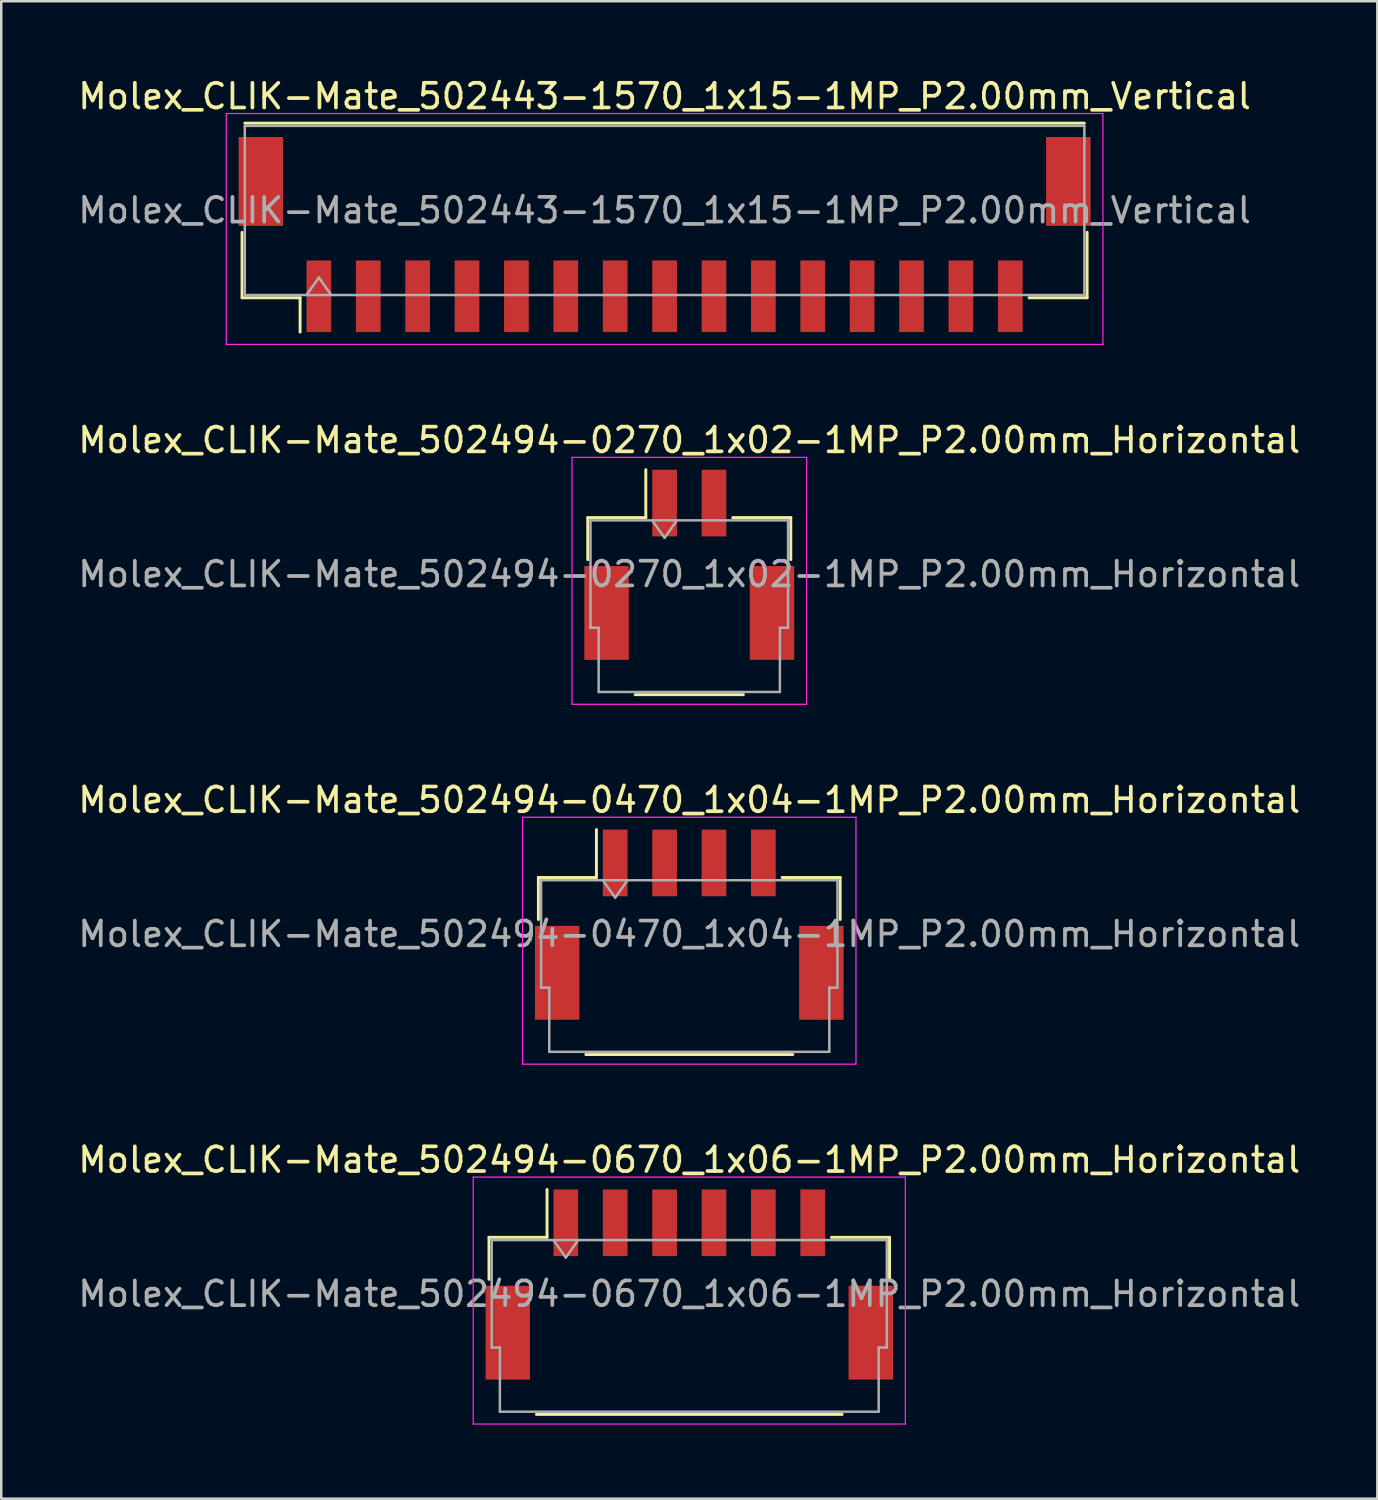
<source format=kicad_pcb>
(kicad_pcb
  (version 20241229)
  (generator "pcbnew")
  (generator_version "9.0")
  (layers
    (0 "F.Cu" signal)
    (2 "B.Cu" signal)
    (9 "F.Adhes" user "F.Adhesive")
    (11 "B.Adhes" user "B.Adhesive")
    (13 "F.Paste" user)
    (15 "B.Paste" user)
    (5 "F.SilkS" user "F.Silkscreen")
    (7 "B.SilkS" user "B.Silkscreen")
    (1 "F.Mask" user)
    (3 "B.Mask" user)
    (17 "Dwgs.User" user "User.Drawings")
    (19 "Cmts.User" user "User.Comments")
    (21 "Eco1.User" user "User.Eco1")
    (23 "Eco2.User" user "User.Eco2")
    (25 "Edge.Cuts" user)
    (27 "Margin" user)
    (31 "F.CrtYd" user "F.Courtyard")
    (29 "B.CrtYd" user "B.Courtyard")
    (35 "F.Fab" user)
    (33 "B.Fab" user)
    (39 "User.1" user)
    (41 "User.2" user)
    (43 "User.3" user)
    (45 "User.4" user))
  (footprint "Molex_CLIK-Mate_502443-1570_1x15-1MP_P2.00mm_Vertical"
    (layer "F.Cu")
    (at 23.863 6.448)
    (property "Reference" "Molex_CLIK-Mate_502443-1570_1x15-1MP_P2.00mm_Vertical" (at 0 -5.6 0) (layer "F.SilkS") (effects (font (size 1 1) (thickness 0.15))))
    (attr smd)
    (fp_line (start -17.11 -0.09) (end -17.11 2.56) (stroke (width 0.12) (type solid)) (layer "F.SilkS"))
    (fp_line (start -17.11 2.56) (end -14.76 2.56) (stroke (width 0.12) (type solid)) (layer "F.SilkS"))
    (fp_line (start -17 -4.51) (end 17 -4.51) (stroke (width 0.12) (type solid)) (layer "F.SilkS"))
    (fp_line (start -14.76 2.56) (end -14.76 3.95) (stroke (width 0.12) (type solid)) (layer "F.SilkS"))
    (fp_line (start 17.11 -0.09) (end 17.11 2.56) (stroke (width 0.12) (type solid)) (layer "F.SilkS"))
    (fp_line (start 17.11 2.56) (end 14.76 2.56) (stroke (width 0.12) (type solid)) (layer "F.SilkS"))
    (fp_line (start -17.75 -4.9) (end -17.75 4.45) (stroke (width 0.05) (type solid)) (layer "F.CrtYd"))
    (fp_line (start -17.75 4.45) (end 17.75 4.45) (stroke (width 0.05) (type solid)) (layer "F.CrtYd"))
    (fp_line (start 17.75 -4.9) (end -17.75 -4.9) (stroke (width 0.05) (type solid)) (layer "F.CrtYd"))
    (fp_line (start 17.75 4.45) (end 17.75 -4.9) (stroke (width 0.05) (type solid)) (layer "F.CrtYd"))
    (fp_line (start -17 -4.4) (end 17 -4.4) (stroke (width 0.1) (type solid)) (layer "F.Fab"))
    (fp_line (start -17 2.45) (end -17 -4.4) (stroke (width 0.1) (type solid)) (layer "F.Fab"))
    (fp_line (start -17 2.45) (end 17 2.45) (stroke (width 0.1) (type solid)) (layer "F.Fab"))
    (fp_line (start -14.5 2.45) (end -14 1.743) (stroke (width 0.1) (type solid)) (layer "F.Fab"))
    (fp_line (start -14 1.743) (end -13.5 2.45) (stroke (width 0.1) (type solid)) (layer "F.Fab"))
    (fp_line (start 17 2.45) (end 17 -4.4) (stroke (width 0.1) (type solid)) (layer "F.Fab"))
    (fp_text user "${REFERENCE}" (at 0 -0.98 0) (layer "F.Fab") (effects (font (size 1 1) (thickness 0.15))))
    (pad "1" smd rect (at -14 2.5) (size 1 2.9) (layers "F.Cu" "F.Mask" "F.Paste"))
    (pad "2" smd rect (at -12 2.5) (size 1 2.9) (layers "F.Cu" "F.Mask" "F.Paste"))
    (pad "3" smd rect (at -10 2.5) (size 1 2.9) (layers "F.Cu" "F.Mask" "F.Paste"))
    (pad "4" smd rect (at -8 2.5) (size 1 2.9) (layers "F.Cu" "F.Mask" "F.Paste"))
    (pad "5" smd rect (at -6 2.5) (size 1 2.9) (layers "F.Cu" "F.Mask" "F.Paste"))
    (pad "6" smd rect (at -4 2.5) (size 1 2.9) (layers "F.Cu" "F.Mask" "F.Paste"))
    (pad "7" smd rect (at -2 2.5) (size 1 2.9) (layers "F.Cu" "F.Mask" "F.Paste"))
    (pad "8" smd rect (at 0 2.5) (size 1 2.9) (layers "F.Cu" "F.Mask" "F.Paste"))
    (pad "9" smd rect (at 2 2.5) (size 1 2.9) (layers "F.Cu" "F.Mask" "F.Paste"))
    (pad "10" smd rect (at 4 2.5) (size 1 2.9) (layers "F.Cu" "F.Mask" "F.Paste"))
    (pad "11" smd rect (at 6 2.5) (size 1 2.9) (layers "F.Cu" "F.Mask" "F.Paste"))
    (pad "12" smd rect (at 8 2.5) (size 1 2.9) (layers "F.Cu" "F.Mask" "F.Paste"))
    (pad "13" smd rect (at 10 2.5) (size 1 2.9) (layers "F.Cu" "F.Mask" "F.Paste"))
    (pad "14" smd rect (at 12 2.5) (size 1 2.9) (layers "F.Cu" "F.Mask" "F.Paste"))
    (pad "15" smd rect (at 14 2.5) (size 1 2.9) (layers "F.Cu" "F.Mask" "F.Paste"))
    (pad "MP" smd rect (at -16.35 -2.15) (size 1.8 3.6) (layers "F.Cu" "F.Mask" "F.Paste"))
    (pad "MP" smd rect (at 16.35 -2.15) (size 1.8 3.6) (layers "F.Cu" "F.Mask" "F.Paste")))
  (footprint "Molex_CLIK-Mate_502494-0470_1x04-1MP_P2.00mm_Horizontal"
    (layer "F.Cu")
    (at 24.863 34.395)
    (property "Reference" "Molex_CLIK-Mate_502494-0470_1x04-1MP_P2.00mm_Horizontal" (at 0 -5.05 0) (layer "F.SilkS") (effects (font (size 1 1) (thickness 0.15))))
    (attr smd)
    (fp_line (start -6.11 -1.91) (end -3.76 -1.91) (stroke (width 0.12) (type solid)) (layer "F.SilkS"))
    (fp_line (start -6.11 -0.21) (end -6.11 -1.91) (stroke (width 0.12) (type solid)) (layer "F.SilkS"))
    (fp_line (start -4.19 5.26) (end 4.19 5.26) (stroke (width 0.12) (type solid)) (layer "F.SilkS"))
    (fp_line (start -3.76 -1.91) (end -3.76 -3.85) (stroke (width 0.12) (type solid)) (layer "F.SilkS"))
    (fp_line (start 6.11 -1.91) (end 3.76 -1.91) (stroke (width 0.12) (type solid)) (layer "F.SilkS"))
    (fp_line (start 6.11 -0.21) (end 6.11 -1.91) (stroke (width 0.12) (type solid)) (layer "F.SilkS"))
    (fp_line (start -6.75 -4.35) (end -6.75 5.65) (stroke (width 0.05) (type solid)) (layer "F.CrtYd"))
    (fp_line (start -6.75 5.65) (end 6.75 5.65) (stroke (width 0.05) (type solid)) (layer "F.CrtYd"))
    (fp_line (start 6.75 -4.35) (end -6.75 -4.35) (stroke (width 0.05) (type solid)) (layer "F.CrtYd"))
    (fp_line (start 6.75 5.65) (end 6.75 -4.35) (stroke (width 0.05) (type solid)) (layer "F.CrtYd"))
    (fp_line (start -6 -1.8) (end -6 2.55) (stroke (width 0.1) (type solid)) (layer "F.Fab"))
    (fp_line (start -6 -1.8) (end 6 -1.8) (stroke (width 0.1) (type solid)) (layer "F.Fab"))
    (fp_line (start -6 2.55) (end -5.67 2.55) (stroke (width 0.1) (type solid)) (layer "F.Fab"))
    (fp_line (start -5.67 2.55) (end -5.67 5.15) (stroke (width 0.1) (type solid)) (layer "F.Fab"))
    (fp_line (start -5.67 5.15) (end 5.67 5.15) (stroke (width 0.1) (type solid)) (layer "F.Fab"))
    (fp_line (start -3.5 -1.8) (end -3 -1.093) (stroke (width 0.1) (type solid)) (layer "F.Fab"))
    (fp_line (start -3 -1.093) (end -2.5 -1.8) (stroke (width 0.1) (type solid)) (layer "F.Fab"))
    (fp_line (start 5.67 2.55) (end 6 2.55) (stroke (width 0.1) (type solid)) (layer "F.Fab"))
    (fp_line (start 5.67 5.15) (end 5.67 2.55) (stroke (width 0.1) (type solid)) (layer "F.Fab"))
    (fp_line (start 6 -1.8) (end 6 2.55) (stroke (width 0.1) (type solid)) (layer "F.Fab"))
    (fp_text user "${REFERENCE}" (at 0 0.38 0) (layer "F.Fab") (effects (font (size 1 1) (thickness 0.15))))
    (pad "1" smd rect (at -3 -2.5) (size 1 2.7) (layers "F.Cu" "F.Mask" "F.Paste"))
    (pad "2" smd rect (at -1 -2.5) (size 1 2.7) (layers "F.Cu" "F.Mask" "F.Paste"))
    (pad "3" smd rect (at 1 -2.5) (size 1 2.7) (layers "F.Cu" "F.Mask" "F.Paste"))
    (pad "4" smd rect (at 3 -2.5) (size 1 2.7) (layers "F.Cu" "F.Mask" "F.Paste"))
    (pad "MP" smd rect (at -5.35 1.95) (size 1.8 3.8) (layers "F.Cu" "F.Mask" "F.Paste"))
    (pad "MP" smd rect (at 5.35 1.95) (size 1.8 3.8) (layers "F.Cu" "F.Mask" "F.Paste")))
  (footprint "Molex_CLIK-Mate_502494-0670_1x06-1MP_P2.00mm_Horizontal"
    (layer "F.Cu")
    (at 24.863 48.968)
    (property "Reference" "Molex_CLIK-Mate_502494-0670_1x06-1MP_P2.00mm_Horizontal" (at 0 -5.05 0) (layer "F.SilkS") (effects (font (size 1 1) (thickness 0.15))))
    (attr smd)
    (fp_line (start -8.11 -1.91) (end -5.76 -1.91) (stroke (width 0.12) (type solid)) (layer "F.SilkS"))
    (fp_line (start -8.11 -0.21) (end -8.11 -1.91) (stroke (width 0.12) (type solid)) (layer "F.SilkS"))
    (fp_line (start -6.19 5.26) (end 6.19 5.26) (stroke (width 0.12) (type solid)) (layer "F.SilkS"))
    (fp_line (start -5.76 -1.91) (end -5.76 -3.85) (stroke (width 0.12) (type solid)) (layer "F.SilkS"))
    (fp_line (start 8.11 -1.91) (end 5.76 -1.91) (stroke (width 0.12) (type solid)) (layer "F.SilkS"))
    (fp_line (start 8.11 -0.21) (end 8.11 -1.91) (stroke (width 0.12) (type solid)) (layer "F.SilkS"))
    (fp_line (start -8.75 -4.35) (end -8.75 5.65) (stroke (width 0.05) (type solid)) (layer "F.CrtYd"))
    (fp_line (start -8.75 5.65) (end 8.75 5.65) (stroke (width 0.05) (type solid)) (layer "F.CrtYd"))
    (fp_line (start 8.75 -4.35) (end -8.75 -4.35) (stroke (width 0.05) (type solid)) (layer "F.CrtYd"))
    (fp_line (start 8.75 5.65) (end 8.75 -4.35) (stroke (width 0.05) (type solid)) (layer "F.CrtYd"))
    (fp_line (start -8 -1.8) (end -8 2.55) (stroke (width 0.1) (type solid)) (layer "F.Fab"))
    (fp_line (start -8 -1.8) (end 8 -1.8) (stroke (width 0.1) (type solid)) (layer "F.Fab"))
    (fp_line (start -8 2.55) (end -7.67 2.55) (stroke (width 0.1) (type solid)) (layer "F.Fab"))
    (fp_line (start -7.67 2.55) (end -7.67 5.15) (stroke (width 0.1) (type solid)) (layer "F.Fab"))
    (fp_line (start -7.67 5.15) (end 7.67 5.15) (stroke (width 0.1) (type solid)) (layer "F.Fab"))
    (fp_line (start -5.5 -1.8) (end -5 -1.093) (stroke (width 0.1) (type solid)) (layer "F.Fab"))
    (fp_line (start -5 -1.093) (end -4.5 -1.8) (stroke (width 0.1) (type solid)) (layer "F.Fab"))
    (fp_line (start 7.67 2.55) (end 8 2.55) (stroke (width 0.1) (type solid)) (layer "F.Fab"))
    (fp_line (start 7.67 5.15) (end 7.67 2.55) (stroke (width 0.1) (type solid)) (layer "F.Fab"))
    (fp_line (start 8 -1.8) (end 8 2.55) (stroke (width 0.1) (type solid)) (layer "F.Fab"))
    (fp_text user "${REFERENCE}" (at 0 0.38 0) (layer "F.Fab") (effects (font (size 1 1) (thickness 0.15))))
    (pad "1" smd rect (at -5 -2.5) (size 1 2.7) (layers "F.Cu" "F.Mask" "F.Paste"))
    (pad "2" smd rect (at -3 -2.5) (size 1 2.7) (layers "F.Cu" "F.Mask" "F.Paste"))
    (pad "3" smd rect (at -1 -2.5) (size 1 2.7) (layers "F.Cu" "F.Mask" "F.Paste"))
    (pad "4" smd rect (at 1 -2.5) (size 1 2.7) (layers "F.Cu" "F.Mask" "F.Paste"))
    (pad "5" smd rect (at 3 -2.5) (size 1 2.7) (layers "F.Cu" "F.Mask" "F.Paste"))
    (pad "6" smd rect (at 5 -2.5) (size 1 2.7) (layers "F.Cu" "F.Mask" "F.Paste"))
    (pad "MP" smd rect (at -7.35 1.95) (size 1.8 3.8) (layers "F.Cu" "F.Mask" "F.Paste"))
    (pad "MP" smd rect (at 7.35 1.95) (size 1.8 3.8) (layers "F.Cu" "F.Mask" "F.Paste")))
  (footprint "Molex_CLIK-Mate_502494-0270_1x02-1MP_P2.00mm_Horizontal"
    (layer "F.Cu")
    (at 24.863 19.822)
    (property "Reference" "Molex_CLIK-Mate_502494-0270_1x02-1MP_P2.00mm_Horizontal" (at 0 -5.05 0) (layer "F.SilkS") (effects (font (size 1 1) (thickness 0.15))))
    (attr smd)
    (fp_line (start -4.11 -1.91) (end -1.76 -1.91) (stroke (width 0.12) (type solid)) (layer "F.SilkS"))
    (fp_line (start -4.11 -0.21) (end -4.11 -1.91) (stroke (width 0.12) (type solid)) (layer "F.SilkS"))
    (fp_line (start -2.19 5.26) (end 2.19 5.26) (stroke (width 0.12) (type solid)) (layer "F.SilkS"))
    (fp_line (start -1.76 -1.91) (end -1.76 -3.85) (stroke (width 0.12) (type solid)) (layer "F.SilkS"))
    (fp_line (start 4.11 -1.91) (end 1.76 -1.91) (stroke (width 0.12) (type solid)) (layer "F.SilkS"))
    (fp_line (start 4.11 -0.21) (end 4.11 -1.91) (stroke (width 0.12) (type solid)) (layer "F.SilkS"))
    (fp_line (start -4.75 -4.35) (end -4.75 5.65) (stroke (width 0.05) (type solid)) (layer "F.CrtYd"))
    (fp_line (start -4.75 5.65) (end 4.75 5.65) (stroke (width 0.05) (type solid)) (layer "F.CrtYd"))
    (fp_line (start 4.75 -4.35) (end -4.75 -4.35) (stroke (width 0.05) (type solid)) (layer "F.CrtYd"))
    (fp_line (start 4.75 5.65) (end 4.75 -4.35) (stroke (width 0.05) (type solid)) (layer "F.CrtYd"))
    (fp_line (start -4 -1.8) (end -4 2.55) (stroke (width 0.1) (type solid)) (layer "F.Fab"))
    (fp_line (start -4 -1.8) (end 4 -1.8) (stroke (width 0.1) (type solid)) (layer "F.Fab"))
    (fp_line (start -4 2.55) (end -3.67 2.55) (stroke (width 0.1) (type solid)) (layer "F.Fab"))
    (fp_line (start -3.67 2.55) (end -3.67 5.15) (stroke (width 0.1) (type solid)) (layer "F.Fab"))
    (fp_line (start -3.67 5.15) (end 3.67 5.15) (stroke (width 0.1) (type solid)) (layer "F.Fab"))
    (fp_line (start -1.5 -1.8) (end -1 -1.093) (stroke (width 0.1) (type solid)) (layer "F.Fab"))
    (fp_line (start -1 -1.093) (end -0.5 -1.8) (stroke (width 0.1) (type solid)) (layer "F.Fab"))
    (fp_line (start 3.67 2.55) (end 4 2.55) (stroke (width 0.1) (type solid)) (layer "F.Fab"))
    (fp_line (start 3.67 5.15) (end 3.67 2.55) (stroke (width 0.1) (type solid)) (layer "F.Fab"))
    (fp_line (start 4 -1.8) (end 4 2.55) (stroke (width 0.1) (type solid)) (layer "F.Fab"))
    (fp_text user "${REFERENCE}" (at 0 0.38 0) (layer "F.Fab") (effects (font (size 1 1) (thickness 0.15))))
    (pad "1" smd rect (at -1 -2.5) (size 1 2.7) (layers "F.Cu" "F.Mask" "F.Paste"))
    (pad "2" smd rect (at 1 -2.5) (size 1 2.7) (layers "F.Cu" "F.Mask" "F.Paste"))
    (pad "MP" smd rect (at -3.35 1.95) (size 1.8 3.8) (layers "F.Cu" "F.Mask" "F.Paste"))
    (pad "MP" smd rect (at 3.35 1.95) (size 1.8 3.8) (layers "F.Cu" "F.Mask" "F.Paste")))
  (gr_rect
    (start -3 -3)
    (end 52.726 57.643)
    (stroke (width 0.1) (type default))
    (fill no)
    (layer "Edge.Cuts")))
</source>
